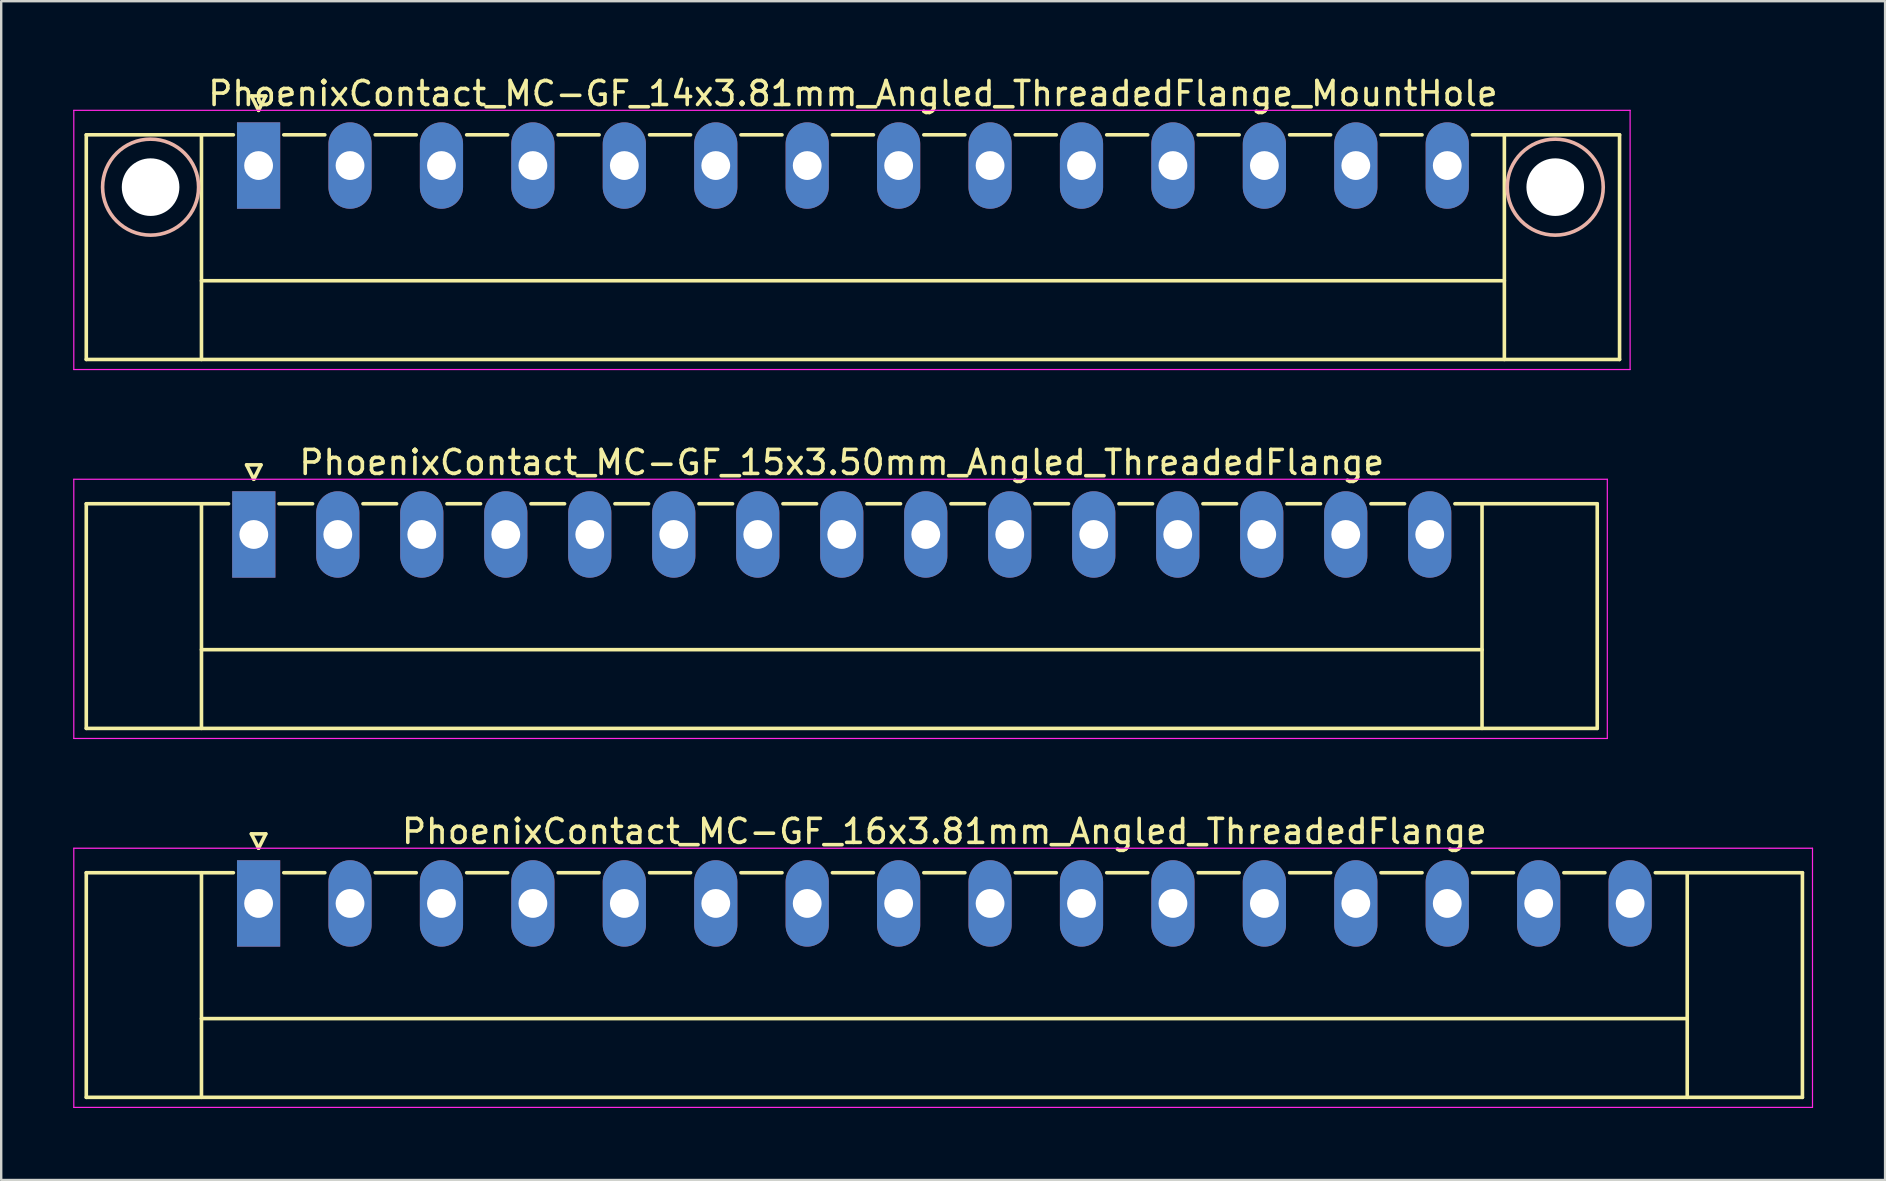
<source format=kicad_pcb>
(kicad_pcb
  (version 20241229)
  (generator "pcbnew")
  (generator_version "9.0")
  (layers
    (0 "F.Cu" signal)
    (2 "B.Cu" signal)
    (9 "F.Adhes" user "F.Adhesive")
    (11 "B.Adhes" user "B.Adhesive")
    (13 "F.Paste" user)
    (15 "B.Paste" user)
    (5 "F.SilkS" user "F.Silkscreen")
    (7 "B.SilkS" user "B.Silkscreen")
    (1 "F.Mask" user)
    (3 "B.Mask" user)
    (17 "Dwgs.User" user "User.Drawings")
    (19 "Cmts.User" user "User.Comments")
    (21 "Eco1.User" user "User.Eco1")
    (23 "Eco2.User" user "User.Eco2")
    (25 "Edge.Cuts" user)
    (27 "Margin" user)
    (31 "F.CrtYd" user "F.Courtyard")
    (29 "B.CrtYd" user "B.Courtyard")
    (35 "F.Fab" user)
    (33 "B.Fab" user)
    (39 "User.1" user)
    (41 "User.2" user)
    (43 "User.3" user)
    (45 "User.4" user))
  (footprint "PhoenixContact_MC-GF_16x3.81mm_Angled_ThreadedFlange"
    (layer "F.Cu")
    (at 7.725 34.595)
    (property "Reference" "PhoenixContact_MC-GF_16x3.81mm_Angled_ThreadedFlange" (at 28.575 -3 0) (layer "F.SilkS") (effects (font (size 1 1) (thickness 0.15))))
    (attr through_hole)
    (fp_line (start -7.18 -1.28) (end -7.18 8.08) (stroke (width 0.15) (type solid)) (layer "F.SilkS"))
    (fp_line (start -7.18 -1.28) (end -1.05 -1.28) (stroke (width 0.15) (type solid)) (layer "F.SilkS"))
    (fp_line (start -7.18 8.08) (end 64.33 8.08) (stroke (width 0.15) (type solid)) (layer "F.SilkS"))
    (fp_line (start -2.38 -1.28) (end -2.38 8.08) (stroke (width 0.15) (type solid)) (layer "F.SilkS"))
    (fp_line (start -2.38 4.8) (end 59.53 4.8) (stroke (width 0.15) (type solid)) (layer "F.SilkS"))
    (fp_line (start -0.3 -2.9) (end 0 -2.3) (stroke (width 0.15) (type solid)) (layer "F.SilkS"))
    (fp_line (start 0 -2.3) (end 0.3 -2.9) (stroke (width 0.15) (type solid)) (layer "F.SilkS"))
    (fp_line (start 0.3 -2.9) (end -0.3 -2.9) (stroke (width 0.15) (type solid)) (layer "F.SilkS"))
    (fp_line (start 1.05 -1.28) (end 2.76 -1.28) (stroke (width 0.15) (type solid)) (layer "F.SilkS"))
    (fp_line (start 4.86 -1.28) (end 6.57 -1.28) (stroke (width 0.15) (type solid)) (layer "F.SilkS"))
    (fp_line (start 8.67 -1.28) (end 10.38 -1.28) (stroke (width 0.15) (type solid)) (layer "F.SilkS"))
    (fp_line (start 12.48 -1.28) (end 14.19 -1.28) (stroke (width 0.15) (type solid)) (layer "F.SilkS"))
    (fp_line (start 16.29 -1.28) (end 18 -1.28) (stroke (width 0.15) (type solid)) (layer "F.SilkS"))
    (fp_line (start 20.1 -1.28) (end 21.81 -1.28) (stroke (width 0.15) (type solid)) (layer "F.SilkS"))
    (fp_line (start 23.91 -1.28) (end 25.62 -1.28) (stroke (width 0.15) (type solid)) (layer "F.SilkS"))
    (fp_line (start 27.72 -1.28) (end 29.43 -1.28) (stroke (width 0.15) (type solid)) (layer "F.SilkS"))
    (fp_line (start 31.53 -1.28) (end 33.24 -1.28) (stroke (width 0.15) (type solid)) (layer "F.SilkS"))
    (fp_line (start 35.34 -1.28) (end 37.05 -1.28) (stroke (width 0.15) (type solid)) (layer "F.SilkS"))
    (fp_line (start 39.15 -1.28) (end 40.86 -1.28) (stroke (width 0.15) (type solid)) (layer "F.SilkS"))
    (fp_line (start 42.96 -1.28) (end 44.67 -1.28) (stroke (width 0.15) (type solid)) (layer "F.SilkS"))
    (fp_line (start 46.77 -1.28) (end 48.48 -1.28) (stroke (width 0.15) (type solid)) (layer "F.SilkS"))
    (fp_line (start 50.58 -1.28) (end 52.29 -1.28) (stroke (width 0.15) (type solid)) (layer "F.SilkS"))
    (fp_line (start 54.39 -1.28) (end 56.1 -1.28) (stroke (width 0.15) (type solid)) (layer "F.SilkS"))
    (fp_line (start 59.53 -1.28) (end 59.53 8.08) (stroke (width 0.15) (type solid)) (layer "F.SilkS"))
    (fp_line (start 64.33 -1.28) (end 58.2 -1.28) (stroke (width 0.15) (type solid)) (layer "F.SilkS"))
    (fp_line (start 64.33 8.08) (end 64.33 -1.28) (stroke (width 0.15) (type solid)) (layer "F.SilkS"))
    (fp_line (start -7.7 -2.3) (end -7.7 8.5) (stroke (width 0.05) (type solid)) (layer "F.CrtYd"))
    (fp_line (start -7.7 8.5) (end 64.75 8.5) (stroke (width 0.05) (type solid)) (layer "F.CrtYd"))
    (fp_line (start 64.75 -2.3) (end -7.7 -2.3) (stroke (width 0.05) (type solid)) (layer "F.CrtYd"))
    (fp_line (start 64.75 8.5) (end 64.75 -2.3) (stroke (width 0.05) (type solid)) (layer "F.CrtYd"))
    (pad "1" thru_hole rect (at 0 0) (size 1.8 3.6) (drill 1.2) (layers "*.Cu" "*.Mask"))
    (pad "2" thru_hole oval (at 3.81 0) (size 1.8 3.6) (drill 1.2) (layers "*.Cu" "*.Mask"))
    (pad "3" thru_hole oval (at 7.62 0) (size 1.8 3.6) (drill 1.2) (layers "*.Cu" "*.Mask"))
    (pad "4" thru_hole oval (at 11.43 0) (size 1.8 3.6) (drill 1.2) (layers "*.Cu" "*.Mask"))
    (pad "5" thru_hole oval (at 15.24 0) (size 1.8 3.6) (drill 1.2) (layers "*.Cu" "*.Mask"))
    (pad "6" thru_hole oval (at 19.05 0) (size 1.8 3.6) (drill 1.2) (layers "*.Cu" "*.Mask"))
    (pad "7" thru_hole oval (at 22.86 0) (size 1.8 3.6) (drill 1.2) (layers "*.Cu" "*.Mask"))
    (pad "8" thru_hole oval (at 26.67 0) (size 1.8 3.6) (drill 1.2) (layers "*.Cu" "*.Mask"))
    (pad "9" thru_hole oval (at 30.48 0) (size 1.8 3.6) (drill 1.2) (layers "*.Cu" "*.Mask"))
    (pad "10" thru_hole oval (at 34.29 0) (size 1.8 3.6) (drill 1.2) (layers "*.Cu" "*.Mask"))
    (pad "11" thru_hole oval (at 38.1 0) (size 1.8 3.6) (drill 1.2) (layers "*.Cu" "*.Mask"))
    (pad "12" thru_hole oval (at 41.91 0) (size 1.8 3.6) (drill 1.2) (layers "*.Cu" "*.Mask"))
    (pad "13" thru_hole oval (at 45.72 0) (size 1.8 3.6) (drill 1.2) (layers "*.Cu" "*.Mask"))
    (pad "14" thru_hole oval (at 49.53 0) (size 1.8 3.6) (drill 1.2) (layers "*.Cu" "*.Mask"))
    (pad "15" thru_hole oval (at 53.34 0) (size 1.8 3.6) (drill 1.2) (layers "*.Cu" "*.Mask"))
    (pad "16" thru_hole oval (at 57.15 0) (size 1.8 3.6) (drill 1.2) (layers "*.Cu" "*.Mask")))
  (footprint "PhoenixContact_MC-GF_15x3.50mm_Angled_ThreadedFlange"
    (layer "F.Cu")
    (at 7.525 19.221)
    (property "Reference" "PhoenixContact_MC-GF_15x3.50mm_Angled_ThreadedFlange" (at 24.5 -3 0) (layer "F.SilkS") (effects (font (size 1 1) (thickness 0.15))))
    (attr through_hole)
    (fp_line (start -6.98 -1.28) (end -6.98 8.08) (stroke (width 0.15) (type solid)) (layer "F.SilkS"))
    (fp_line (start -6.98 -1.28) (end -1.05 -1.28) (stroke (width 0.15) (type solid)) (layer "F.SilkS"))
    (fp_line (start -6.98 8.08) (end 55.98 8.08) (stroke (width 0.15) (type solid)) (layer "F.SilkS"))
    (fp_line (start -2.18 -1.28) (end -2.18 8.08) (stroke (width 0.15) (type solid)) (layer "F.SilkS"))
    (fp_line (start -2.18 4.8) (end 51.18 4.8) (stroke (width 0.15) (type solid)) (layer "F.SilkS"))
    (fp_line (start -0.3 -2.9) (end 0 -2.3) (stroke (width 0.15) (type solid)) (layer "F.SilkS"))
    (fp_line (start 0 -2.3) (end 0.3 -2.9) (stroke (width 0.15) (type solid)) (layer "F.SilkS"))
    (fp_line (start 0.3 -2.9) (end -0.3 -2.9) (stroke (width 0.15) (type solid)) (layer "F.SilkS"))
    (fp_line (start 1.05 -1.28) (end 2.45 -1.28) (stroke (width 0.15) (type solid)) (layer "F.SilkS"))
    (fp_line (start 4.55 -1.28) (end 5.95 -1.28) (stroke (width 0.15) (type solid)) (layer "F.SilkS"))
    (fp_line (start 8.05 -1.28) (end 9.45 -1.28) (stroke (width 0.15) (type solid)) (layer "F.SilkS"))
    (fp_line (start 11.55 -1.28) (end 12.95 -1.28) (stroke (width 0.15) (type solid)) (layer "F.SilkS"))
    (fp_line (start 15.05 -1.28) (end 16.45 -1.28) (stroke (width 0.15) (type solid)) (layer "F.SilkS"))
    (fp_line (start 18.55 -1.28) (end 19.95 -1.28) (stroke (width 0.15) (type solid)) (layer "F.SilkS"))
    (fp_line (start 22.05 -1.28) (end 23.45 -1.28) (stroke (width 0.15) (type solid)) (layer "F.SilkS"))
    (fp_line (start 25.55 -1.28) (end 26.95 -1.28) (stroke (width 0.15) (type solid)) (layer "F.SilkS"))
    (fp_line (start 29.05 -1.28) (end 30.45 -1.28) (stroke (width 0.15) (type solid)) (layer "F.SilkS"))
    (fp_line (start 32.55 -1.28) (end 33.95 -1.28) (stroke (width 0.15) (type solid)) (layer "F.SilkS"))
    (fp_line (start 36.05 -1.28) (end 37.45 -1.28) (stroke (width 0.15) (type solid)) (layer "F.SilkS"))
    (fp_line (start 39.55 -1.28) (end 40.95 -1.28) (stroke (width 0.15) (type solid)) (layer "F.SilkS"))
    (fp_line (start 43.05 -1.28) (end 44.45 -1.28) (stroke (width 0.15) (type solid)) (layer "F.SilkS"))
    (fp_line (start 46.55 -1.28) (end 47.95 -1.28) (stroke (width 0.15) (type solid)) (layer "F.SilkS"))
    (fp_line (start 51.18 -1.28) (end 51.18 8.08) (stroke (width 0.15) (type solid)) (layer "F.SilkS"))
    (fp_line (start 55.98 -1.28) (end 50.05 -1.28) (stroke (width 0.15) (type solid)) (layer "F.SilkS"))
    (fp_line (start 55.98 8.08) (end 55.98 -1.28) (stroke (width 0.15) (type solid)) (layer "F.SilkS"))
    (fp_line (start -7.5 -2.3) (end -7.5 8.5) (stroke (width 0.05) (type solid)) (layer "F.CrtYd"))
    (fp_line (start -7.5 8.5) (end 56.4 8.5) (stroke (width 0.05) (type solid)) (layer "F.CrtYd"))
    (fp_line (start 56.4 -2.3) (end -7.5 -2.3) (stroke (width 0.05) (type solid)) (layer "F.CrtYd"))
    (fp_line (start 56.4 8.5) (end 56.4 -2.3) (stroke (width 0.05) (type solid)) (layer "F.CrtYd"))
    (pad "1" thru_hole rect (at 0 0) (size 1.8 3.6) (drill 1.2) (layers "*.Cu" "*.Mask"))
    (pad "2" thru_hole oval (at 3.5 0) (size 1.8 3.6) (drill 1.2) (layers "*.Cu" "*.Mask"))
    (pad "3" thru_hole oval (at 7 0) (size 1.8 3.6) (drill 1.2) (layers "*.Cu" "*.Mask"))
    (pad "4" thru_hole oval (at 10.5 0) (size 1.8 3.6) (drill 1.2) (layers "*.Cu" "*.Mask"))
    (pad "5" thru_hole oval (at 14 0) (size 1.8 3.6) (drill 1.2) (layers "*.Cu" "*.Mask"))
    (pad "6" thru_hole oval (at 17.5 0) (size 1.8 3.6) (drill 1.2) (layers "*.Cu" "*.Mask"))
    (pad "7" thru_hole oval (at 21 0) (size 1.8 3.6) (drill 1.2) (layers "*.Cu" "*.Mask"))
    (pad "8" thru_hole oval (at 24.5 0) (size 1.8 3.6) (drill 1.2) (layers "*.Cu" "*.Mask"))
    (pad "9" thru_hole oval (at 28 0) (size 1.8 3.6) (drill 1.2) (layers "*.Cu" "*.Mask"))
    (pad "10" thru_hole oval (at 31.5 0) (size 1.8 3.6) (drill 1.2) (layers "*.Cu" "*.Mask"))
    (pad "11" thru_hole oval (at 35 0) (size 1.8 3.6) (drill 1.2) (layers "*.Cu" "*.Mask"))
    (pad "12" thru_hole oval (at 38.5 0) (size 1.8 3.6) (drill 1.2) (layers "*.Cu" "*.Mask"))
    (pad "13" thru_hole oval (at 42 0) (size 1.8 3.6) (drill 1.2) (layers "*.Cu" "*.Mask"))
    (pad "14" thru_hole oval (at 45.5 0) (size 1.8 3.6) (drill 1.2) (layers "*.Cu" "*.Mask"))
    (pad "15" thru_hole oval (at 49 0) (size 1.8 3.6) (drill 1.2) (layers "*.Cu" "*.Mask")))
  (footprint "PhoenixContact_MC-GF_14x3.81mm_Angled_ThreadedFlange_MountHole"
    (layer "F.Cu")
    (at 7.725 3.848)
    (property "Reference" "PhoenixContact_MC-GF_14x3.81mm_Angled_ThreadedFlange_MountHole" (at 24.765 -3 0) (layer "F.SilkS") (effects (font (size 1 1) (thickness 0.15))))
    (attr through_hole)
    (fp_line (start -7.18 -1.28) (end -7.18 8.08) (stroke (width 0.15) (type solid)) (layer "F.SilkS"))
    (fp_line (start -7.18 -1.28) (end -1.05 -1.28) (stroke (width 0.15) (type solid)) (layer "F.SilkS"))
    (fp_line (start -7.18 8.08) (end 56.71 8.08) (stroke (width 0.15) (type solid)) (layer "F.SilkS"))
    (fp_line (start -2.38 -1.28) (end -2.38 8.08) (stroke (width 0.15) (type solid)) (layer "F.SilkS"))
    (fp_line (start -2.38 4.8) (end 51.91 4.8) (stroke (width 0.15) (type solid)) (layer "F.SilkS"))
    (fp_line (start -0.3 -2.9) (end 0 -2.3) (stroke (width 0.15) (type solid)) (layer "F.SilkS"))
    (fp_line (start 0 -2.3) (end 0.3 -2.9) (stroke (width 0.15) (type solid)) (layer "F.SilkS"))
    (fp_line (start 0.3 -2.9) (end -0.3 -2.9) (stroke (width 0.15) (type solid)) (layer "F.SilkS"))
    (fp_line (start 1.05 -1.28) (end 2.76 -1.28) (stroke (width 0.15) (type solid)) (layer "F.SilkS"))
    (fp_line (start 4.86 -1.28) (end 6.57 -1.28) (stroke (width 0.15) (type solid)) (layer "F.SilkS"))
    (fp_line (start 8.67 -1.28) (end 10.38 -1.28) (stroke (width 0.15) (type solid)) (layer "F.SilkS"))
    (fp_line (start 12.48 -1.28) (end 14.19 -1.28) (stroke (width 0.15) (type solid)) (layer "F.SilkS"))
    (fp_line (start 16.29 -1.28) (end 18 -1.28) (stroke (width 0.15) (type solid)) (layer "F.SilkS"))
    (fp_line (start 20.1 -1.28) (end 21.81 -1.28) (stroke (width 0.15) (type solid)) (layer "F.SilkS"))
    (fp_line (start 23.91 -1.28) (end 25.62 -1.28) (stroke (width 0.15) (type solid)) (layer "F.SilkS"))
    (fp_line (start 27.72 -1.28) (end 29.43 -1.28) (stroke (width 0.15) (type solid)) (layer "F.SilkS"))
    (fp_line (start 31.53 -1.28) (end 33.24 -1.28) (stroke (width 0.15) (type solid)) (layer "F.SilkS"))
    (fp_line (start 35.34 -1.28) (end 37.05 -1.28) (stroke (width 0.15) (type solid)) (layer "F.SilkS"))
    (fp_line (start 39.15 -1.28) (end 40.86 -1.28) (stroke (width 0.15) (type solid)) (layer "F.SilkS"))
    (fp_line (start 42.96 -1.28) (end 44.67 -1.28) (stroke (width 0.15) (type solid)) (layer "F.SilkS"))
    (fp_line (start 46.77 -1.28) (end 48.48 -1.28) (stroke (width 0.15) (type solid)) (layer "F.SilkS"))
    (fp_line (start 51.91 -1.28) (end 51.91 8.08) (stroke (width 0.15) (type solid)) (layer "F.SilkS"))
    (fp_line (start 56.71 -1.28) (end 50.58 -1.28) (stroke (width 0.15) (type solid)) (layer "F.SilkS"))
    (fp_line (start 56.71 8.08) (end 56.71 -1.28) (stroke (width 0.15) (type solid)) (layer "F.SilkS"))
    (fp_circle (center -4.5 0.9) (end -2.5 0.9) (stroke (width 0.15) (type solid)) (fill no) (layer "B.SilkS"))
    (fp_circle (center 54.03 0.9) (end 56.03 0.9) (stroke (width 0.15) (type solid)) (fill no) (layer "B.SilkS"))
    (fp_line (start -7.7 -2.3) (end -7.7 8.5) (stroke (width 0.05) (type solid)) (layer "F.CrtYd"))
    (fp_line (start -7.7 8.5) (end 57.15 8.5) (stroke (width 0.05) (type solid)) (layer "F.CrtYd"))
    (fp_line (start 57.15 -2.3) (end -7.7 -2.3) (stroke (width 0.05) (type solid)) (layer "F.CrtYd"))
    (fp_line (start 57.15 8.5) (end 57.15 -2.3) (stroke (width 0.05) (type solid)) (layer "F.CrtYd"))
    (pad "" np_thru_hole circle (at -4.5 0.9) (size 2.4 2.4) (drill 2.4) (layers "*.Cu" "*.Mask"))
    (pad "" np_thru_hole circle (at 54.03 0.9) (size 2.4 2.4) (drill 2.4) (layers "*.Cu" "*.Mask"))
    (pad "1" thru_hole rect (at 0 0) (size 1.8 3.6) (drill 1.2) (layers "*.Cu" "*.Mask"))
    (pad "2" thru_hole oval (at 3.81 0) (size 1.8 3.6) (drill 1.2) (layers "*.Cu" "*.Mask"))
    (pad "3" thru_hole oval (at 7.62 0) (size 1.8 3.6) (drill 1.2) (layers "*.Cu" "*.Mask"))
    (pad "4" thru_hole oval (at 11.43 0) (size 1.8 3.6) (drill 1.2) (layers "*.Cu" "*.Mask"))
    (pad "5" thru_hole oval (at 15.24 0) (size 1.8 3.6) (drill 1.2) (layers "*.Cu" "*.Mask"))
    (pad "6" thru_hole oval (at 19.05 0) (size 1.8 3.6) (drill 1.2) (layers "*.Cu" "*.Mask"))
    (pad "7" thru_hole oval (at 22.86 0) (size 1.8 3.6) (drill 1.2) (layers "*.Cu" "*.Mask"))
    (pad "8" thru_hole oval (at 26.67 0) (size 1.8 3.6) (drill 1.2) (layers "*.Cu" "*.Mask"))
    (pad "9" thru_hole oval (at 30.48 0) (size 1.8 3.6) (drill 1.2) (layers "*.Cu" "*.Mask"))
    (pad "10" thru_hole oval (at 34.29 0) (size 1.8 3.6) (drill 1.2) (layers "*.Cu" "*.Mask"))
    (pad "11" thru_hole oval (at 38.1 0) (size 1.8 3.6) (drill 1.2) (layers "*.Cu" "*.Mask"))
    (pad "12" thru_hole oval (at 41.91 0) (size 1.8 3.6) (drill 1.2) (layers "*.Cu" "*.Mask"))
    (pad "13" thru_hole oval (at 45.72 0) (size 1.8 3.6) (drill 1.2) (layers "*.Cu" "*.Mask"))
    (pad "14" thru_hole oval (at 49.53 0) (size 1.8 3.6) (drill 1.2) (layers "*.Cu" "*.Mask")))
  (gr_rect
    (start -3 -3)
    (end 75.5 46.12)
    (stroke (width 0.1) (type default))
    (fill no)
    (layer "Edge.Cuts")))
</source>
